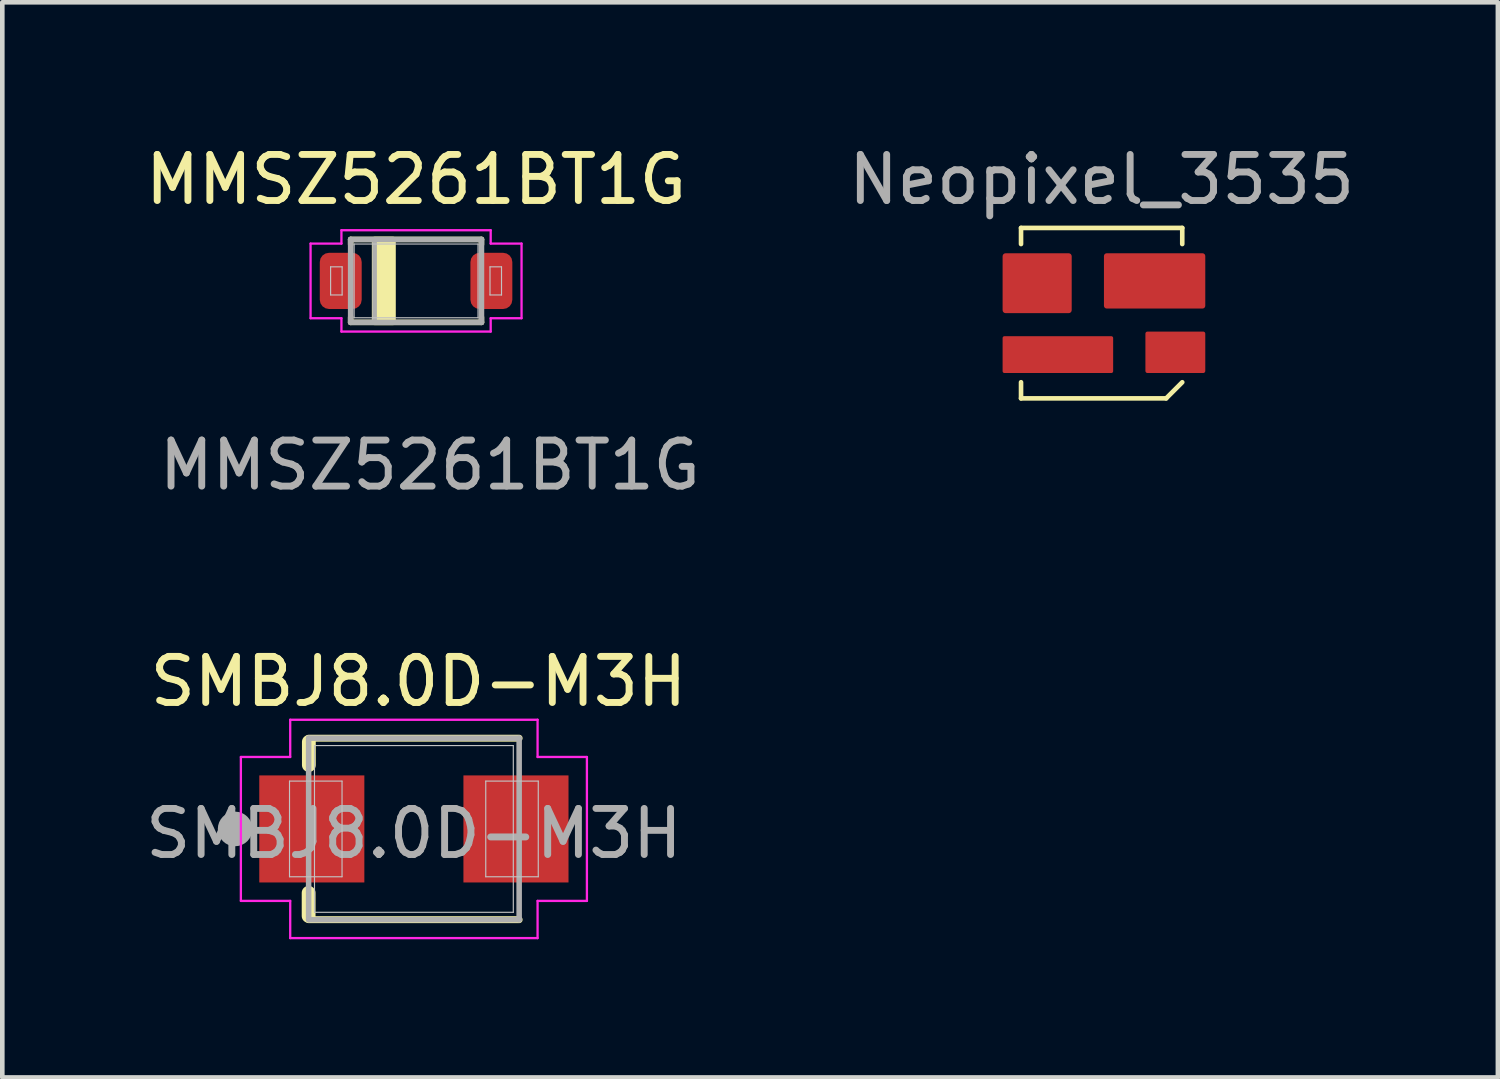
<source format=kicad_pcb>
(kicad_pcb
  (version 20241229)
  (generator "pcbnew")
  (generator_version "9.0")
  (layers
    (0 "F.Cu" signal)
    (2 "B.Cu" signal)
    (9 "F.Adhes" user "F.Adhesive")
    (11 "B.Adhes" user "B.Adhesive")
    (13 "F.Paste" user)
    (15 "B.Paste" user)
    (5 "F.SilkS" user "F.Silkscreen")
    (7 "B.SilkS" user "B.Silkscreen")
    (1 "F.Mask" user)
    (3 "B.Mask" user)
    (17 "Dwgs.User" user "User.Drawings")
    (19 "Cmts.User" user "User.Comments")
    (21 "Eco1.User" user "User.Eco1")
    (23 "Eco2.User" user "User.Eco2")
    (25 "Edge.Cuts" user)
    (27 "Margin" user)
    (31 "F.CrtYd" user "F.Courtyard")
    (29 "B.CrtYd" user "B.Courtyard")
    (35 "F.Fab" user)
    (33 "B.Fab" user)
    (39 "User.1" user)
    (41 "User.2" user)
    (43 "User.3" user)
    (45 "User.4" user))
  (footprint "SMBJ8.0D-M3H"
    (layer "F.Cu")
    (at 5.935 14.945)
    (property "Reference" "SMBJ8.0D-M3H" (at 0.1 -3.2 0) (layer "F.SilkS") (effects (font (size 1 1) (thickness 0.15))))
    (attr smd)
    (fp_line (start -2.285 -1.97) (end 2.285 -1.97) (stroke (width 0.15) (type solid)) (layer "F.SilkS"))
    (fp_line (start -2.285 1.89) (end -2.285 1.387) (stroke (width 0.3) (type solid)) (layer "F.SilkS"))
    (fp_line (start -2.285 1.97) (end 2.285 1.97) (stroke (width 0.15) (type solid)) (layer "F.SilkS"))
    (fp_line (start -2.28 -1.387) (end -2.28 -1.89) (stroke (width 0.3) (type solid)) (layer "F.SilkS"))
    (fp_line (start -2.7 -1.038) (end -1.56 -1.038) (stroke (width 0.025) (type solid)) (layer "Dwgs.User"))
    (fp_line (start -2.7 1.038) (end -2.7 -1.038) (stroke (width 0.025) (type solid)) (layer "Dwgs.User"))
    (fp_line (start -2.158 -1.81) (end 2.158 -1.81) (stroke (width 0.025) (type solid)) (layer "Dwgs.User"))
    (fp_line (start -2.158 1.81) (end -2.158 -1.81) (stroke (width 0.025) (type solid)) (layer "Dwgs.User"))
    (fp_line (start -1.56 -1.038) (end -1.56 1.038) (stroke (width 0.025) (type solid)) (layer "Dwgs.User"))
    (fp_line (start -1.56 1.038) (end -2.7 1.038) (stroke (width 0.025) (type solid)) (layer "Dwgs.User"))
    (fp_line (start 1.56 -1.038) (end 2.7 -1.038) (stroke (width 0.025) (type solid)) (layer "Dwgs.User"))
    (fp_line (start 1.56 1.038) (end 1.56 -1.038) (stroke (width 0.025) (type solid)) (layer "Dwgs.User"))
    (fp_line (start 2.158 -1.81) (end 2.158 1.81) (stroke (width 0.025) (type solid)) (layer "Dwgs.User"))
    (fp_line (start 2.158 1.81) (end -2.158 1.81) (stroke (width 0.025) (type solid)) (layer "Dwgs.User"))
    (fp_line (start 2.7 -1.038) (end 2.7 1.038) (stroke (width 0.025) (type solid)) (layer "Dwgs.User"))
    (fp_line (start 2.7 1.038) (end 1.56 1.038) (stroke (width 0.025) (type solid)) (layer "Dwgs.User"))
    (fp_line (start -3.756 -1.562) (end -3.756 1.562) (stroke (width 0.05) (type solid)) (layer "F.CrtYd"))
    (fp_line (start -3.756 1.562) (end -2.685 1.562) (stroke (width 0.05) (type solid)) (layer "F.CrtYd"))
    (fp_line (start -2.685 -2.37) (end -2.685 -1.562) (stroke (width 0.05) (type solid)) (layer "F.CrtYd"))
    (fp_line (start -2.685 -1.562) (end -3.756 -1.562) (stroke (width 0.05) (type solid)) (layer "F.CrtYd"))
    (fp_line (start -2.685 1.562) (end -2.685 2.37) (stroke (width 0.05) (type solid)) (layer "F.CrtYd"))
    (fp_line (start -2.685 2.37) (end 2.685 2.37) (stroke (width 0.05) (type solid)) (layer "F.CrtYd"))
    (fp_line (start 2.685 -2.37) (end -2.685 -2.37) (stroke (width 0.05) (type solid)) (layer "F.CrtYd"))
    (fp_line (start 2.685 -1.562) (end 2.685 -2.37) (stroke (width 0.05) (type solid)) (layer "F.CrtYd"))
    (fp_line (start 2.685 1.562) (end 3.756 1.562) (stroke (width 0.05) (type solid)) (layer "F.CrtYd"))
    (fp_line (start 2.685 2.37) (end 2.685 1.562) (stroke (width 0.05) (type solid)) (layer "F.CrtYd"))
    (fp_line (start 3.756 -1.562) (end 2.685 -1.562) (stroke (width 0.05) (type solid)) (layer "F.CrtYd"))
    (fp_line (start 3.756 1.562) (end 3.756 -1.562) (stroke (width 0.05) (type solid)) (layer "F.CrtYd"))
    (fp_line (start -2.285 -1.97) (end 2.285 -1.97) (stroke (width 0.12) (type solid)) (layer "F.Fab"))
    (fp_line (start -2.285 1.97) (end -2.285 -1.97) (stroke (width 0.12) (type solid)) (layer "F.Fab"))
    (fp_line (start 2.285 -1.97) (end 2.285 1.97) (stroke (width 0.12) (type solid)) (layer "F.Fab"))
    (fp_line (start 2.285 1.97) (end -2.285 1.97) (stroke (width 0.12) (type solid)) (layer "F.Fab"))
    (fp_circle (center -3.881 0) (end -3.693 0) (stroke (width 0.375) (type solid)) (fill no) (layer "F.Fab"))
    (fp_text user "${REFERENCE}" (at 0 0.1 0) (layer "F.Fab") (effects (font (size 1 1) (thickness 0.15))))
    (pad "A" smd rect (at 2.216 0) (size 2.281 2.324) (layers "F.Cu" "F.Mask" "F.Paste"))
    (pad "C" smd rect (at -2.216 0) (size 2.281 2.324) (layers "F.Cu" "F.Mask" "F.Paste")))
  (footprint "Neopixel_3535"
    (layer "F.Cu")
    (at 20.865 3.748)
    (property "Reference" "Neopixel_3535" (at 0 -2.9 0) (unlocked yes) (layer "F.Fab") (effects (font (size 1 1) (thickness 0.15))))
    (attr smd)
    (fp_line (start -1.75 -1.85) (end 1.75 -1.85) (stroke (width 0.1) (type solid)) (layer "F.SilkS"))
    (fp_line (start -1.75 -1.5) (end -1.75 -1.85) (stroke (width 0.1) (type solid)) (layer "F.SilkS"))
    (fp_line (start -1.75 1.85) (end -1.75 1.5) (stroke (width 0.1) (type solid)) (layer "F.SilkS"))
    (fp_line (start 1.4 1.85) (end -1.75 1.85) (stroke (width 0.1) (type solid)) (layer "F.SilkS"))
    (fp_line (start 1.75 -1.85) (end 1.75 -1.5) (stroke (width 0.1) (type solid)) (layer "F.SilkS"))
    (fp_line (start 1.75 1.5) (end 1.4 1.85) (stroke (width 0.1) (type solid)) (layer "F.SilkS"))
    (pad "1" smd roundrect (at 1.6 0.85) (size 1.3 0.9) (layers "F.Cu" "F.Mask" "F.Paste") (roundrect_rratio 0.05))
    (pad "2" smd roundrect (at 1.15 -0.7) (size 2.2 1.2) (layers "F.Cu" "F.Mask" "F.Paste") (roundrect_rratio 0.05))
    (pad "3" smd roundrect (at -1.4 -0.65) (size 1.5 1.3) (layers "F.Cu" "F.Mask" "F.Paste") (roundrect_rratio 0.05))
    (pad "4" smd roundrect (at -0.95 0.9) (size 2.4 0.8) (layers "F.Cu" "F.Mask" "F.Paste") (roundrect_rratio 0.05)))
  (footprint "MMSZ5261BT1G"
    (layer "F.Cu")
    (at 5.982 3.048)
    (property "Reference" "MMSZ5261BT1G" (at 0 -2.2 0) (layer "F.SilkS") (effects (font (size 1 1) (thickness 0.15))))
    (attr smd)
    (fp_line (start -1.42 -0.9) (end -1.42 -0.79) (stroke (width 0.12) (type solid)) (layer "F.SilkS"))
    (fp_line (start -1.42 0.9) (end -1.42 0.79) (stroke (width 0.12) (type solid)) (layer "F.SilkS"))
    (fp_line (start 1.42 -0.9) (end -1.42 -0.9) (stroke (width 0.12) (type solid)) (layer "F.SilkS"))
    (fp_line (start 1.42 -0.79) (end 1.42 -0.9) (stroke (width 0.12) (type solid)) (layer "F.SilkS"))
    (fp_line (start 1.42 0.79) (end 1.42 0.9) (stroke (width 0.12) (type solid)) (layer "F.SilkS"))
    (fp_line (start 1.42 0.9) (end -1.42 0.9) (stroke (width 0.12) (type solid)) (layer "F.SilkS"))
    (fp_rect (start -0.9 -0.9) (end -0.5 0.9) (stroke (width 0.12) (type solid)) (fill yes) (layer "F.SilkS"))
    (fp_line (start -1.855 -0.305) (end -1.605 -0.305) (stroke (width 0.025) (type solid)) (layer "Dwgs.User"))
    (fp_line (start -1.855 0.305) (end -1.855 -0.305) (stroke (width 0.025) (type solid)) (layer "Dwgs.User"))
    (fp_line (start -1.605 -0.305) (end -1.605 0.305) (stroke (width 0.025) (type solid)) (layer "Dwgs.User"))
    (fp_line (start -1.605 0.305) (end -1.855 0.305) (stroke (width 0.025) (type solid)) (layer "Dwgs.User"))
    (fp_line (start -1.345 -0.8) (end 1.345 -0.8) (stroke (width 0.025) (type solid)) (layer "Dwgs.User"))
    (fp_line (start -1.345 0.8) (end -1.345 -0.8) (stroke (width 0.025) (type solid)) (layer "Dwgs.User"))
    (fp_line (start 1.345 -0.8) (end 1.345 0.8) (stroke (width 0.025) (type solid)) (layer "Dwgs.User"))
    (fp_line (start 1.345 0.8) (end -1.345 0.8) (stroke (width 0.025) (type solid)) (layer "Dwgs.User"))
    (fp_line (start 1.605 -0.305) (end 1.855 -0.305) (stroke (width 0.025) (type solid)) (layer "Dwgs.User"))
    (fp_line (start 1.605 0.305) (end 1.605 -0.305) (stroke (width 0.025) (type solid)) (layer "Dwgs.User"))
    (fp_line (start 1.855 -0.305) (end 1.855 0.305) (stroke (width 0.025) (type solid)) (layer "Dwgs.User"))
    (fp_line (start 1.855 0.305) (end 1.605 0.305) (stroke (width 0.025) (type solid)) (layer "Dwgs.User"))
    (fp_line (start -2.29 -0.81) (end -2.29 0.81) (stroke (width 0.05) (type solid)) (layer "F.CrtYd"))
    (fp_line (start -2.29 0.81) (end -1.62 0.81) (stroke (width 0.05) (type solid)) (layer "F.CrtYd"))
    (fp_line (start -1.62 -1.1) (end -1.62 -0.81) (stroke (width 0.05) (type solid)) (layer "F.CrtYd"))
    (fp_line (start -1.62 -0.81) (end -2.29 -0.81) (stroke (width 0.05) (type solid)) (layer "F.CrtYd"))
    (fp_line (start -1.62 0.81) (end -1.62 1.1) (stroke (width 0.05) (type solid)) (layer "F.CrtYd"))
    (fp_line (start -1.62 1.1) (end 1.62 1.1) (stroke (width 0.05) (type solid)) (layer "F.CrtYd"))
    (fp_line (start 1.62 -1.1) (end -1.62 -1.1) (stroke (width 0.05) (type solid)) (layer "F.CrtYd"))
    (fp_line (start 1.62 -0.81) (end 1.62 -1.1) (stroke (width 0.05) (type solid)) (layer "F.CrtYd"))
    (fp_line (start 1.62 0.81) (end 2.29 0.81) (stroke (width 0.05) (type solid)) (layer "F.CrtYd"))
    (fp_line (start 1.62 1.1) (end 1.62 0.81) (stroke (width 0.05) (type solid)) (layer "F.CrtYd"))
    (fp_line (start 2.29 -0.81) (end 1.62 -0.81) (stroke (width 0.05) (type solid)) (layer "F.CrtYd"))
    (fp_line (start 2.29 0.81) (end 2.29 -0.81) (stroke (width 0.05) (type solid)) (layer "F.CrtYd"))
    (fp_line (start -1.42 -0.9) (end 1.42 -0.9) (stroke (width 0.12) (type solid)) (layer "F.Fab"))
    (fp_line (start -1.42 0.9) (end -1.42 -0.9) (stroke (width 0.12) (type solid)) (layer "F.Fab"))
    (fp_line (start 1.42 -0.9) (end 1.42 0.9) (stroke (width 0.12) (type solid)) (layer "F.Fab"))
    (fp_line (start 1.42 0.9) (end -1.42 0.9) (stroke (width 0.12) (type solid)) (layer "F.Fab"))
    (fp_rect (start -1.42 -0.9) (end -0.9 0.9) (stroke (width 0.1) (type solid)) (fill no) (layer "F.Fab"))
    (fp_text user "${REFERENCE}" (at 0.3 4 0) (layer "F.Fab") (effects (font (size 1 1) (thickness 0.15))))
    (pad "A" smd roundrect (at 1.635 0) (size 0.91 1.22) (layers "F.Cu" "F.Mask" "F.Paste") (roundrect_rratio 0.22))
    (pad "C" smd roundrect (at -1.635 0) (size 0.91 1.22) (layers "F.Cu" "F.Mask" "F.Paste") (roundrect_rratio 0.22)))
  (gr_rect
    (start -3 -3)
    (end 29.467 20.34)
    (stroke (width 0.1) (type default))
    (fill no)
    (layer "Edge.Cuts")))
</source>
